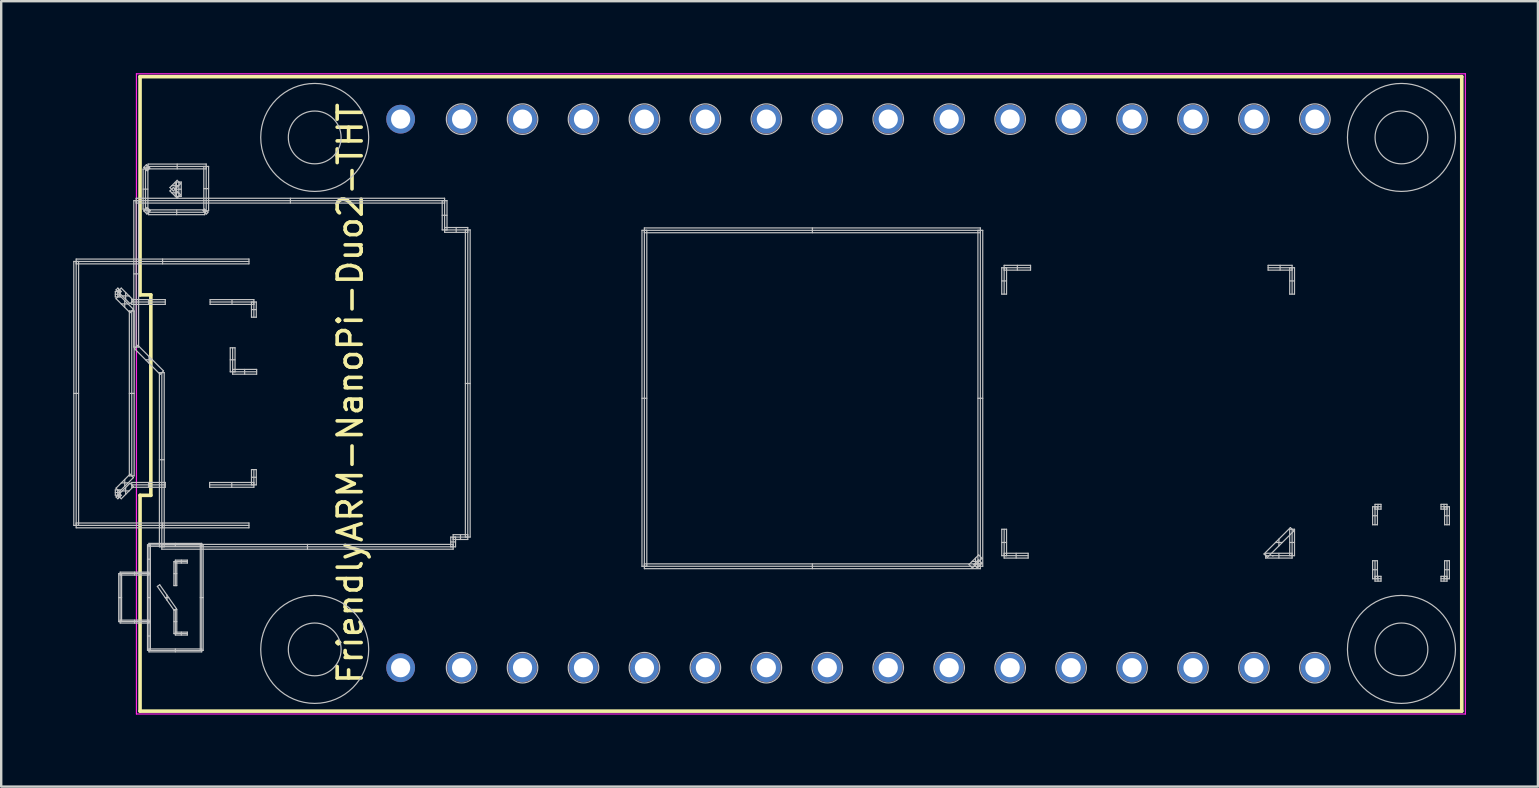
<source format=kicad_pcb>
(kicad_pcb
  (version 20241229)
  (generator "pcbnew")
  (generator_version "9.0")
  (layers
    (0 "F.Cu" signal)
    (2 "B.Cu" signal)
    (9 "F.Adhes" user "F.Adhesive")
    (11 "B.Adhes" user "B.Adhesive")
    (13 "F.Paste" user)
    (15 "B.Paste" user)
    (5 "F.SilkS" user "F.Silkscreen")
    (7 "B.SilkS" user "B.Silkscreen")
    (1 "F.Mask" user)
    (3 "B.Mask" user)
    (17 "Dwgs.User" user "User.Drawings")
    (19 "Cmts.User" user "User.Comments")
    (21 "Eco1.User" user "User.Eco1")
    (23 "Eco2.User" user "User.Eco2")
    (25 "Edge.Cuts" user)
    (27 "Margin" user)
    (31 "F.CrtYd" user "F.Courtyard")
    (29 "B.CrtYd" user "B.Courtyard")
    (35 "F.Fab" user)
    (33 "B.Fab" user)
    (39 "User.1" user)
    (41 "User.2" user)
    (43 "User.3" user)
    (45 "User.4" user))
  (footprint "FriendlyARM-NanoPi-Duo2-THT"
    (layer "F.Cu")
    (at 32.696 13.345)
    (property "Reference" "FriendlyARM-NanoPi-Duo2-THT" (at -21.15 0 90) (layer "F.SilkS") (effects (font (size 1 1) (thickness 0.15))))
    (attr through_hole)
    (fp_line (start -29.91 -13.2) (end -29.91 -4.107) (stroke (width 0.15) (type solid)) (layer "F.SilkS"))
    (fp_line (start -29.91 -4.107) (end -29.46 -4.107) (stroke (width 0.15) (type solid)) (layer "F.SilkS"))
    (fp_line (start -29.91 4.247) (end -29.91 13.24) (stroke (width 0.15) (type solid)) (layer "F.SilkS"))
    (fp_line (start -29.91 13.24) (end 25.17 13.24) (stroke (width 0.15) (type solid)) (layer "F.SilkS"))
    (fp_line (start -29.46 -4.107) (end -29.46 4.247) (stroke (width 0.15) (type solid)) (layer "F.SilkS"))
    (fp_line (start -29.46 4.247) (end -29.91 4.247) (stroke (width 0.15) (type solid)) (layer "F.SilkS"))
    (fp_line (start 25.17 -13.2) (end -29.91 -13.2) (stroke (width 0.15) (type solid)) (layer "F.SilkS"))
    (fp_line (start 25.17 13.24) (end 25.17 -13.2) (stroke (width 0.15) (type solid)) (layer "F.SilkS"))
    (fp_line (start -32.671 -5.5) (end -32.471 -5.5) (stroke (width 0.05) (type solid)) (layer "Dwgs.User"))
    (fp_line (start -32.671 5.5) (end -32.671 -5.5) (stroke (width 0.05) (type solid)) (layer "Dwgs.User"))
    (fp_line (start -32.571 -5.6) (end -25.371 -5.6) (stroke (width 0.05) (type solid)) (layer "Dwgs.User"))
    (fp_line (start -32.571 -5.5) (end -32.571 5.5) (stroke (width 0.05) (type solid)) (layer "Dwgs.User"))
    (fp_line (start -32.571 -5.4) (end -32.571 -5.6) (stroke (width 0.05) (type solid)) (layer "Dwgs.User"))
    (fp_line (start -32.571 5.4) (end -25.371 5.4) (stroke (width 0.05) (type solid)) (layer "Dwgs.User"))
    (fp_line (start -32.571 5.6) (end -32.571 5.4) (stroke (width 0.05) (type solid)) (layer "Dwgs.User"))
    (fp_line (start -32.471 -5.5) (end -32.471 5.5) (stroke (width 0.05) (type solid)) (layer "Dwgs.User"))
    (fp_line (start -32.471 0) (end -32.671 0) (stroke (width 0.05) (type solid)) (layer "Dwgs.User"))
    (fp_line (start -32.471 5.5) (end -32.671 5.5) (stroke (width 0.05) (type solid)) (layer "Dwgs.User"))
    (fp_line (start -30.94 -4.242) (end -30.74 -4.242) (stroke (width 0.05) (type solid)) (layer "Dwgs.User"))
    (fp_line (start -30.94 -4.02) (end -30.94 -4.242) (stroke (width 0.05) (type solid)) (layer "Dwgs.User"))
    (fp_line (start -30.94 4.02) (end -30.74 4.02) (stroke (width 0.05) (type solid)) (layer "Dwgs.User"))
    (fp_line (start -30.94 4.242) (end -30.94 4.02) (stroke (width 0.05) (type solid)) (layer "Dwgs.User"))
    (fp_line (start -30.911 -4.313) (end -30.835 -4.389) (stroke (width 0.05) (type solid)) (layer "Dwgs.User"))
    (fp_line (start -30.911 -3.949) (end -30.769 -4.091) (stroke (width 0.05) (type solid)) (layer "Dwgs.User"))
    (fp_line (start -30.911 3.949) (end -30.327 3.365) (stroke (width 0.05) (type solid)) (layer "Dwgs.User"))
    (fp_line (start -30.911 4.313) (end -30.769 4.171) (stroke (width 0.05) (type solid)) (layer "Dwgs.User"))
    (fp_line (start -30.84 -4.242) (end -30.84 -4.02) (stroke (width 0.05) (type solid)) (layer "Dwgs.User"))
    (fp_line (start -30.84 4.02) (end -30.84 4.242) (stroke (width 0.05) (type solid)) (layer "Dwgs.User"))
    (fp_line (start -30.835 -4.389) (end -30.693 -4.247) (stroke (width 0.05) (type solid)) (layer "Dwgs.User"))
    (fp_line (start -30.835 -4.247) (end -30.693 -4.389) (stroke (width 0.05) (type solid)) (layer "Dwgs.User"))
    (fp_line (start -30.835 4.247) (end -30.327 3.739) (stroke (width 0.05) (type solid)) (layer "Dwgs.User"))
    (fp_line (start -30.835 4.389) (end -30.911 4.313) (stroke (width 0.05) (type solid)) (layer "Dwgs.User"))
    (fp_line (start -30.802 -4.356) (end -30.802 -4.204) (stroke (width 0.05) (type solid)) (layer "Dwgs.User"))
    (fp_line (start -30.802 4.204) (end -30.802 4.356) (stroke (width 0.05) (type solid)) (layer "Dwgs.User"))
    (fp_line (start -30.799 7.509) (end -30.799 9.509) (stroke (width 0.05) (type solid)) (layer "Dwgs.User"))
    (fp_line (start -30.799 8.509) (end -30.679 8.509) (stroke (width 0.05) (type solid)) (layer "Dwgs.User"))
    (fp_line (start -30.799 9.509) (end -30.679 9.509) (stroke (width 0.05) (type solid)) (layer "Dwgs.User"))
    (fp_line (start -30.769 -4.171) (end -30.911 -4.313) (stroke (width 0.05) (type solid)) (layer "Dwgs.User"))
    (fp_line (start -30.769 -4.091) (end -30.185 -3.507) (stroke (width 0.05) (type solid)) (layer "Dwgs.User"))
    (fp_line (start -30.769 4.091) (end -30.911 3.949) (stroke (width 0.05) (type solid)) (layer "Dwgs.User"))
    (fp_line (start -30.769 4.171) (end -30.693 4.247) (stroke (width 0.05) (type solid)) (layer "Dwgs.User"))
    (fp_line (start -30.74 -4.242) (end -30.74 -4.02) (stroke (width 0.05) (type solid)) (layer "Dwgs.User"))
    (fp_line (start -30.74 -4.131) (end -30.94 -4.131) (stroke (width 0.05) (type solid)) (layer "Dwgs.User"))
    (fp_line (start -30.74 -4.02) (end -30.94 -4.02) (stroke (width 0.05) (type solid)) (layer "Dwgs.User"))
    (fp_line (start -30.74 4.02) (end -30.74 4.242) (stroke (width 0.05) (type solid)) (layer "Dwgs.User"))
    (fp_line (start -30.74 4.131) (end -30.94 4.131) (stroke (width 0.05) (type solid)) (layer "Dwgs.User"))
    (fp_line (start -30.74 4.242) (end -30.94 4.242) (stroke (width 0.05) (type solid)) (layer "Dwgs.User"))
    (fp_line (start -30.739 7.449) (end -30.739 7.569) (stroke (width 0.05) (type solid)) (layer "Dwgs.User"))
    (fp_line (start -30.739 7.509) (end -29.539 7.509) (stroke (width 0.05) (type solid)) (layer "Dwgs.User"))
    (fp_line (start -30.739 7.569) (end -29.539 7.569) (stroke (width 0.05) (type solid)) (layer "Dwgs.User"))
    (fp_line (start -30.739 9.449) (end -30.739 9.569) (stroke (width 0.05) (type solid)) (layer "Dwgs.User"))
    (fp_line (start -30.739 9.509) (end -30.739 7.509) (stroke (width 0.05) (type solid)) (layer "Dwgs.User"))
    (fp_line (start -30.739 9.509) (end -29.539 9.509) (stroke (width 0.05) (type solid)) (layer "Dwgs.User"))
    (fp_line (start -30.739 9.569) (end -29.539 9.569) (stroke (width 0.05) (type solid)) (layer "Dwgs.User"))
    (fp_line (start -30.726 -4.28) (end -30.878 -4.28) (stroke (width 0.05) (type solid)) (layer "Dwgs.User"))
    (fp_line (start -30.726 4.28) (end -30.878 4.28) (stroke (width 0.05) (type solid)) (layer "Dwgs.User"))
    (fp_line (start -30.693 -4.389) (end -30.185 -3.881) (stroke (width 0.05) (type solid)) (layer "Dwgs.User"))
    (fp_line (start -30.693 -4.247) (end -30.769 -4.171) (stroke (width 0.05) (type solid)) (layer "Dwgs.User"))
    (fp_line (start -30.693 4.247) (end -30.835 4.389) (stroke (width 0.05) (type solid)) (layer "Dwgs.User"))
    (fp_line (start -30.693 4.389) (end -30.835 4.247) (stroke (width 0.05) (type solid)) (layer "Dwgs.User"))
    (fp_line (start -30.679 7.509) (end -30.799 7.509) (stroke (width 0.05) (type solid)) (layer "Dwgs.User"))
    (fp_line (start -30.679 9.509) (end -30.679 7.509) (stroke (width 0.05) (type solid)) (layer "Dwgs.User"))
    (fp_line (start -30.548 -3.869) (end -30.548 -3.587) (stroke (width 0.05) (type solid)) (layer "Dwgs.User"))
    (fp_line (start -30.548 3.587) (end -30.548 3.869) (stroke (width 0.05) (type solid)) (layer "Dwgs.User"))
    (fp_line (start -30.51 -4.205) (end -30.51 -3.923) (stroke (width 0.05) (type solid)) (layer "Dwgs.User"))
    (fp_line (start -30.51 3.923) (end -30.51 4.205) (stroke (width 0.05) (type solid)) (layer "Dwgs.User"))
    (fp_line (start -30.406 -3.728) (end -30.689 -3.728) (stroke (width 0.05) (type solid)) (layer "Dwgs.User"))
    (fp_line (start -30.406 3.728) (end -30.689 3.728) (stroke (width 0.05) (type solid)) (layer "Dwgs.User"))
    (fp_line (start -30.368 -4.064) (end -30.651 -4.064) (stroke (width 0.05) (type solid)) (layer "Dwgs.User"))
    (fp_line (start -30.368 4.064) (end -30.651 4.064) (stroke (width 0.05) (type solid)) (layer "Dwgs.User"))
    (fp_line (start -30.356 -3.436) (end -30.156 -3.436) (stroke (width 0.05) (type solid)) (layer "Dwgs.User"))
    (fp_line (start -30.356 3.436) (end -30.356 -3.436) (stroke (width 0.05) (type solid)) (layer "Dwgs.User"))
    (fp_line (start -30.327 -3.739) (end -30.835 -4.247) (stroke (width 0.05) (type solid)) (layer "Dwgs.User"))
    (fp_line (start -30.327 -3.365) (end -30.911 -3.949) (stroke (width 0.05) (type solid)) (layer "Dwgs.User"))
    (fp_line (start -30.327 3.365) (end -30.185 3.507) (stroke (width 0.05) (type solid)) (layer "Dwgs.User"))
    (fp_line (start -30.327 3.739) (end -30.185 3.881) (stroke (width 0.05) (type solid)) (layer "Dwgs.User"))
    (fp_line (start -30.256 -3.91) (end -28.859 -3.91) (stroke (width 0.05) (type solid)) (layer "Dwgs.User"))
    (fp_line (start -30.256 -3.71) (end -30.256 -3.91) (stroke (width 0.05) (type solid)) (layer "Dwgs.User"))
    (fp_line (start -30.256 -3.436) (end -30.256 3.436) (stroke (width 0.05) (type solid)) (layer "Dwgs.User"))
    (fp_line (start -30.256 3.71) (end -28.859 3.71) (stroke (width 0.05) (type solid)) (layer "Dwgs.User"))
    (fp_line (start -30.256 3.91) (end -30.256 3.71) (stroke (width 0.05) (type solid)) (layer "Dwgs.User"))
    (fp_line (start -30.185 -3.881) (end -30.327 -3.739) (stroke (width 0.05) (type solid)) (layer "Dwgs.User"))
    (fp_line (start -30.185 -3.507) (end -30.327 -3.365) (stroke (width 0.05) (type solid)) (layer "Dwgs.User"))
    (fp_line (start -30.185 3.507) (end -30.769 4.091) (stroke (width 0.05) (type solid)) (layer "Dwgs.User"))
    (fp_line (start -30.185 3.881) (end -30.693 4.389) (stroke (width 0.05) (type solid)) (layer "Dwgs.User"))
    (fp_line (start -30.17 -8.033) (end -30.17 -1.933) (stroke (width 0.05) (type solid)) (layer "Dwgs.User"))
    (fp_line (start -30.17 -4.983) (end -29.97 -4.983) (stroke (width 0.05) (type solid)) (layer "Dwgs.User"))
    (fp_line (start -30.17 -1.933) (end -29.97 -1.933) (stroke (width 0.05) (type solid)) (layer "Dwgs.User"))
    (fp_line (start -30.156 -3.436) (end -30.156 3.436) (stroke (width 0.05) (type solid)) (layer "Dwgs.User"))
    (fp_line (start -30.156 0) (end -30.356 0) (stroke (width 0.05) (type solid)) (layer "Dwgs.User"))
    (fp_line (start -30.156 3.436) (end -30.356 3.436) (stroke (width 0.05) (type solid)) (layer "Dwgs.User"))
    (fp_line (start -30.141 -1.863) (end -29.074 -0.796) (stroke (width 0.05) (type solid)) (layer "Dwgs.User"))
    (fp_line (start -30.139 7.569) (end -30.139 7.449) (stroke (width 0.05) (type solid)) (layer "Dwgs.User"))
    (fp_line (start -30.139 9.569) (end -30.139 9.449) (stroke (width 0.05) (type solid)) (layer "Dwgs.User"))
    (fp_line (start -30.07 -8.133) (end -30.07 -7.933) (stroke (width 0.05) (type solid)) (layer "Dwgs.User"))
    (fp_line (start -30.07 -8.033) (end -30.07 -1.933) (stroke (width 0.05) (type solid)) (layer "Dwgs.User"))
    (fp_line (start -30.07 -8.033) (end -17.218 -8.033) (stroke (width 0.05) (type solid)) (layer "Dwgs.User"))
    (fp_line (start -30.07 -7.933) (end -17.218 -7.933) (stroke (width 0.05) (type solid)) (layer "Dwgs.User"))
    (fp_line (start -29.999 -2.004) (end -30.141 -1.863) (stroke (width 0.05) (type solid)) (layer "Dwgs.User"))
    (fp_line (start -29.97 -8.033) (end -30.17 -8.033) (stroke (width 0.05) (type solid)) (layer "Dwgs.User"))
    (fp_line (start -29.97 -1.933) (end -29.97 -8.033) (stroke (width 0.05) (type solid)) (layer "Dwgs.User"))
    (fp_line (start -29.783 -9.349) (end -29.783 -7.679) (stroke (width 0.05) (type solid)) (layer "Dwgs.User"))
    (fp_line (start -29.783 -7.679) (end -29.583 -7.679) (stroke (width 0.05) (type solid)) (layer "Dwgs.User"))
    (fp_line (start -29.754 -7.608) (end -29.624 -7.478) (stroke (width 0.05) (type solid)) (layer "Dwgs.User"))
    (fp_line (start -29.754 -9.42) (end -29.612 -9.278) (stroke (width 0.05) (type solid)) (layer "Dwgs.User"))
    (fp_line (start -29.683 -7.679) (end -29.683 -9.349) (stroke (width 0.05) (type solid)) (layer "Dwgs.User"))
    (fp_line (start -29.678 -1.4) (end -29.395 -1.4) (stroke (width 0.05) (type solid)) (layer "Dwgs.User"))
    (fp_line (start -29.644 -9.53) (end -29.754 -9.42) (stroke (width 0.05) (type solid)) (layer "Dwgs.User"))
    (fp_line (start -29.628 -9.294) (end -29.628 -9.514) (stroke (width 0.05) (type solid)) (layer "Dwgs.User"))
    (fp_line (start -29.624 -7.478) (end -29.482 -7.62) (stroke (width 0.05) (type solid)) (layer "Dwgs.User"))
    (fp_line (start -29.618 -7.484) (end -29.618 -7.744) (stroke (width 0.05) (type solid)) (layer "Dwgs.User"))
    (fp_line (start -29.612 -9.278) (end -29.502 -9.388) (stroke (width 0.05) (type solid)) (layer "Dwgs.User"))
    (fp_line (start -29.612 -7.75) (end -29.754 -7.608) (stroke (width 0.05) (type solid)) (layer "Dwgs.User"))
    (fp_line (start -29.599 6.309) (end -29.599 7.509) (stroke (width 0.05) (type solid)) (layer "Dwgs.User"))
    (fp_line (start -29.599 6.909) (end -29.479 6.909) (stroke (width 0.05) (type solid)) (layer "Dwgs.User"))
    (fp_line (start -29.599 7.509) (end -29.599 9.509) (stroke (width 0.05) (type solid)) (layer "Dwgs.User"))
    (fp_line (start -29.599 7.509) (end -29.479 7.509) (stroke (width 0.05) (type solid)) (layer "Dwgs.User"))
    (fp_line (start -29.599 8.509) (end -29.479 8.509) (stroke (width 0.05) (type solid)) (layer "Dwgs.User"))
    (fp_line (start -29.599 9.509) (end -29.599 10.709) (stroke (width 0.05) (type solid)) (layer "Dwgs.User"))
    (fp_line (start -29.599 9.509) (end -29.479 9.509) (stroke (width 0.05) (type solid)) (layer "Dwgs.User"))
    (fp_line (start -29.599 10.109) (end -29.479 10.109) (stroke (width 0.05) (type solid)) (layer "Dwgs.User"))
    (fp_line (start -29.599 10.709) (end -29.479 10.709) (stroke (width 0.05) (type solid)) (layer "Dwgs.User"))
    (fp_line (start -29.583 -9.349) (end -29.783 -9.349) (stroke (width 0.05) (type solid)) (layer "Dwgs.User"))
    (fp_line (start -29.583 -8.514) (end -29.783 -8.514) (stroke (width 0.05) (type solid)) (layer "Dwgs.User"))
    (fp_line (start -29.583 -7.679) (end -29.583 -9.349) (stroke (width 0.05) (type solid)) (layer "Dwgs.User"))
    (fp_line (start -29.573 -9.559) (end -29.573 -9.359) (stroke (width 0.05) (type solid)) (layer "Dwgs.User"))
    (fp_line (start -29.573 -9.359) (end -27.153 -9.359) (stroke (width 0.05) (type solid)) (layer "Dwgs.User"))
    (fp_line (start -29.557 -3.91) (end -29.557 -3.71) (stroke (width 0.05) (type solid)) (layer "Dwgs.User"))
    (fp_line (start -29.557 3.71) (end -29.557 3.91) (stroke (width 0.05) (type solid)) (layer "Dwgs.User"))
    (fp_line (start -29.553 -7.649) (end -29.553 -7.449) (stroke (width 0.05) (type solid)) (layer "Dwgs.User"))
    (fp_line (start -29.553 -7.449) (end -27.213 -7.449) (stroke (width 0.05) (type solid)) (layer "Dwgs.User"))
    (fp_line (start -29.539 6.249) (end -29.539 6.369) (stroke (width 0.05) (type solid)) (layer "Dwgs.User"))
    (fp_line (start -29.539 6.309) (end -27.339 6.309) (stroke (width 0.05) (type solid)) (layer "Dwgs.User"))
    (fp_line (start -29.539 6.369) (end -27.339 6.369) (stroke (width 0.05) (type solid)) (layer "Dwgs.User"))
    (fp_line (start -29.539 7.449) (end -30.739 7.449) (stroke (width 0.05) (type solid)) (layer "Dwgs.User"))
    (fp_line (start -29.539 7.509) (end -29.539 6.309) (stroke (width 0.05) (type solid)) (layer "Dwgs.User"))
    (fp_line (start -29.539 7.569) (end -29.539 7.449) (stroke (width 0.05) (type solid)) (layer "Dwgs.User"))
    (fp_line (start -29.539 9.449) (end -30.739 9.449) (stroke (width 0.05) (type solid)) (layer "Dwgs.User"))
    (fp_line (start -29.539 9.509) (end -29.539 7.509) (stroke (width 0.05) (type solid)) (layer "Dwgs.User"))
    (fp_line (start -29.539 9.569) (end -29.539 9.449) (stroke (width 0.05) (type solid)) (layer "Dwgs.User"))
    (fp_line (start -29.539 10.649) (end -29.539 10.769) (stroke (width 0.05) (type solid)) (layer "Dwgs.User"))
    (fp_line (start -29.539 10.709) (end -29.539 9.509) (stroke (width 0.05) (type solid)) (layer "Dwgs.User"))
    (fp_line (start -29.539 10.709) (end -27.339 10.709) (stroke (width 0.05) (type solid)) (layer "Dwgs.User"))
    (fp_line (start -29.539 10.769) (end -27.339 10.769) (stroke (width 0.05) (type solid)) (layer "Dwgs.User"))
    (fp_line (start -29.537 -1.541) (end -29.537 -1.258) (stroke (width 0.05) (type solid)) (layer "Dwgs.User"))
    (fp_line (start -29.518 -9.404) (end -29.738 -9.404) (stroke (width 0.05) (type solid)) (layer "Dwgs.User"))
    (fp_line (start -29.502 -9.388) (end -29.644 -9.53) (stroke (width 0.05) (type solid)) (layer "Dwgs.User"))
    (fp_line (start -29.488 -7.614) (end -29.748 -7.614) (stroke (width 0.05) (type solid)) (layer "Dwgs.User"))
    (fp_line (start -29.482 -7.62) (end -29.612 -7.75) (stroke (width 0.05) (type solid)) (layer "Dwgs.User"))
    (fp_line (start -29.479 6.309) (end -29.599 6.309) (stroke (width 0.05) (type solid)) (layer "Dwgs.User"))
    (fp_line (start -29.479 7.509) (end -29.599 7.509) (stroke (width 0.05) (type solid)) (layer "Dwgs.User"))
    (fp_line (start -29.479 7.509) (end -29.479 6.309) (stroke (width 0.05) (type solid)) (layer "Dwgs.User"))
    (fp_line (start -29.479 9.509) (end -29.599 9.509) (stroke (width 0.05) (type solid)) (layer "Dwgs.User"))
    (fp_line (start -29.479 9.509) (end -29.479 7.509) (stroke (width 0.05) (type solid)) (layer "Dwgs.User"))
    (fp_line (start -29.479 10.709) (end -29.479 9.509) (stroke (width 0.05) (type solid)) (layer "Dwgs.User"))
    (fp_line (start -29.188 8.043) (end -28.488 9.043) (stroke (width 0.05) (type solid)) (layer "Dwgs.User"))
    (fp_line (start -29.103 -0.866) (end -29.103 6.393) (stroke (width 0.05) (type solid)) (layer "Dwgs.User"))
    (fp_line (start -29.103 2.763) (end -28.903 2.763) (stroke (width 0.05) (type solid)) (layer "Dwgs.User"))
    (fp_line (start -29.103 6.393) (end -28.903 6.393) (stroke (width 0.05) (type solid)) (layer "Dwgs.User"))
    (fp_line (start -29.09 7.975) (end -29.188 8.043) (stroke (width 0.05) (type solid)) (layer "Dwgs.User"))
    (fp_line (start -29.074 -0.796) (end -28.933 -0.937) (stroke (width 0.05) (type solid)) (layer "Dwgs.User"))
    (fp_line (start -29.003 -0.866) (end -29.003 6.393) (stroke (width 0.05) (type solid)) (layer "Dwgs.User"))
    (fp_line (start -29.003 6.293) (end -29.003 6.493) (stroke (width 0.05) (type solid)) (layer "Dwgs.User"))
    (fp_line (start -29.003 6.393) (end -16.862 6.393) (stroke (width 0.05) (type solid)) (layer "Dwgs.User"))
    (fp_line (start -29.003 6.493) (end -16.862 6.493) (stroke (width 0.05) (type solid)) (layer "Dwgs.User"))
    (fp_line (start -28.971 -5.6) (end -28.971 -5.4) (stroke (width 0.05) (type solid)) (layer "Dwgs.User"))
    (fp_line (start -28.971 5.4) (end -28.971 5.6) (stroke (width 0.05) (type solid)) (layer "Dwgs.User"))
    (fp_line (start -28.933 -0.937) (end -29.999 -2.004) (stroke (width 0.05) (type solid)) (layer "Dwgs.User"))
    (fp_line (start -28.903 -0.866) (end -29.103 -0.866) (stroke (width 0.05) (type solid)) (layer "Dwgs.User"))
    (fp_line (start -28.903 6.393) (end -28.903 -0.866) (stroke (width 0.05) (type solid)) (layer "Dwgs.User"))
    (fp_line (start -28.859 -3.91) (end -28.859 -3.71) (stroke (width 0.05) (type solid)) (layer "Dwgs.User"))
    (fp_line (start -28.859 -3.81) (end -30.256 -3.81) (stroke (width 0.05) (type solid)) (layer "Dwgs.User"))
    (fp_line (start -28.859 -3.71) (end -30.256 -3.71) (stroke (width 0.05) (type solid)) (layer "Dwgs.User"))
    (fp_line (start -28.859 3.71) (end -28.859 3.91) (stroke (width 0.05) (type solid)) (layer "Dwgs.User"))
    (fp_line (start -28.859 3.81) (end -30.256 3.81) (stroke (width 0.05) (type solid)) (layer "Dwgs.User"))
    (fp_line (start -28.859 3.91) (end -30.256 3.91) (stroke (width 0.05) (type solid)) (layer "Dwgs.User"))
    (fp_line (start -28.789 8.614) (end -28.789 8.404) (stroke (width 0.05) (type solid)) (layer "Dwgs.User"))
    (fp_line (start -28.716 8.509) (end -28.862 8.509) (stroke (width 0.05) (type solid)) (layer "Dwgs.User"))
    (fp_line (start -28.664 -8.58) (end -28.364 -8.88) (stroke (width 0.05) (type solid)) (layer "Dwgs.User"))
    (fp_line (start -28.664 -8.438) (end -28.522 -8.58) (stroke (width 0.05) (type solid)) (layer "Dwgs.User"))
    (fp_line (start -28.522 -8.58) (end -28.222 -8.28) (stroke (width 0.05) (type solid)) (layer "Dwgs.User"))
    (fp_line (start -28.522 -8.438) (end -28.664 -8.58) (stroke (width 0.05) (type solid)) (layer "Dwgs.User"))
    (fp_line (start -28.499 7.009) (end -28.379 7.009) (stroke (width 0.05) (type solid)) (layer "Dwgs.User"))
    (fp_line (start -28.499 8.009) (end -28.499 7.009) (stroke (width 0.05) (type solid)) (layer "Dwgs.User"))
    (fp_line (start -28.499 9.009) (end -28.499 10.009) (stroke (width 0.05) (type solid)) (layer "Dwgs.User"))
    (fp_line (start -28.499 10.009) (end -28.379 10.009) (stroke (width 0.05) (type solid)) (layer "Dwgs.User"))
    (fp_line (start -28.488 9.043) (end -28.39 8.975) (stroke (width 0.05) (type solid)) (layer "Dwgs.User"))
    (fp_line (start -28.443 -8.518) (end -28.443 -8.8) (stroke (width 0.05) (type solid)) (layer "Dwgs.User"))
    (fp_line (start -28.443 -8.218) (end -28.443 -8.5) (stroke (width 0.05) (type solid)) (layer "Dwgs.User"))
    (fp_line (start -28.439 6.369) (end -28.439 6.249) (stroke (width 0.05) (type solid)) (layer "Dwgs.User"))
    (fp_line (start -28.439 10.769) (end -28.439 10.649) (stroke (width 0.05) (type solid)) (layer "Dwgs.User"))
    (fp_line (start -28.439 6.949) (end -27.939 6.949) (stroke (width 0.05) (type solid)) (layer "Dwgs.User"))
    (fp_line (start -28.439 7.009) (end -28.439 8.009) (stroke (width 0.05) (type solid)) (layer "Dwgs.User"))
    (fp_line (start -28.439 7.069) (end -28.439 6.949) (stroke (width 0.05) (type solid)) (layer "Dwgs.User"))
    (fp_line (start -28.439 9.949) (end -28.439 10.069) (stroke (width 0.05) (type solid)) (layer "Dwgs.User"))
    (fp_line (start -28.439 10.009) (end -28.439 9.009) (stroke (width 0.05) (type solid)) (layer "Dwgs.User"))
    (fp_line (start -28.439 10.069) (end -27.939 10.069) (stroke (width 0.05) (type solid)) (layer "Dwgs.User"))
    (fp_line (start -28.393 -8.809) (end -28.193 -8.809) (stroke (width 0.05) (type solid)) (layer "Dwgs.User"))
    (fp_line (start -28.393 -8.209) (end -28.393 -8.809) (stroke (width 0.05) (type solid)) (layer "Dwgs.User"))
    (fp_line (start -28.39 8.975) (end -29.09 7.975) (stroke (width 0.05) (type solid)) (layer "Dwgs.User"))
    (fp_line (start -28.383 -7.449) (end -28.383 -7.649) (stroke (width 0.05) (type solid)) (layer "Dwgs.User"))
    (fp_line (start -28.379 7.009) (end -28.379 8.009) (stroke (width 0.05) (type solid)) (layer "Dwgs.User"))
    (fp_line (start -28.379 7.509) (end -28.499 7.509) (stroke (width 0.05) (type solid)) (layer "Dwgs.User"))
    (fp_line (start -28.379 8.009) (end -28.499 8.009) (stroke (width 0.05) (type solid)) (layer "Dwgs.User"))
    (fp_line (start -28.379 9.009) (end -28.499 9.009) (stroke (width 0.05) (type solid)) (layer "Dwgs.User"))
    (fp_line (start -28.379 9.509) (end -28.499 9.509) (stroke (width 0.05) (type solid)) (layer "Dwgs.User"))
    (fp_line (start -28.379 10.009) (end -28.379 9.009) (stroke (width 0.05) (type solid)) (layer "Dwgs.User"))
    (fp_line (start -28.364 -8.88) (end -28.222 -8.738) (stroke (width 0.05) (type solid)) (layer "Dwgs.User"))
    (fp_line (start -28.364 -8.138) (end -28.664 -8.438) (stroke (width 0.05) (type solid)) (layer "Dwgs.User"))
    (fp_line (start -28.363 -9.359) (end -28.363 -9.559) (stroke (width 0.05) (type solid)) (layer "Dwgs.User"))
    (fp_line (start -28.302 -8.659) (end -28.584 -8.659) (stroke (width 0.05) (type solid)) (layer "Dwgs.User"))
    (fp_line (start -28.302 -8.359) (end -28.584 -8.359) (stroke (width 0.05) (type solid)) (layer "Dwgs.User"))
    (fp_line (start -28.293 -8.209) (end -28.293 -8.809) (stroke (width 0.05) (type solid)) (layer "Dwgs.User"))
    (fp_line (start -28.222 -8.738) (end -28.522 -8.438) (stroke (width 0.05) (type solid)) (layer "Dwgs.User"))
    (fp_line (start -28.222 -8.28) (end -28.364 -8.138) (stroke (width 0.05) (type solid)) (layer "Dwgs.User"))
    (fp_line (start -28.193 -8.809) (end -28.193 -8.209) (stroke (width 0.05) (type solid)) (layer "Dwgs.User"))
    (fp_line (start -28.193 -8.509) (end -28.393 -8.509) (stroke (width 0.05) (type solid)) (layer "Dwgs.User"))
    (fp_line (start -28.193 -8.209) (end -28.393 -8.209) (stroke (width 0.05) (type solid)) (layer "Dwgs.User"))
    (fp_line (start -28.189 6.949) (end -28.189 7.069) (stroke (width 0.05) (type solid)) (layer "Dwgs.User"))
    (fp_line (start -28.189 10.069) (end -28.189 9.949) (stroke (width 0.05) (type solid)) (layer "Dwgs.User"))
    (fp_line (start -27.939 6.949) (end -27.939 7.069) (stroke (width 0.05) (type solid)) (layer "Dwgs.User"))
    (fp_line (start -27.939 7.009) (end -28.439 7.009) (stroke (width 0.05) (type solid)) (layer "Dwgs.User"))
    (fp_line (start -27.939 7.069) (end -28.439 7.069) (stroke (width 0.05) (type solid)) (layer "Dwgs.User"))
    (fp_line (start -27.939 9.949) (end -28.439 9.949) (stroke (width 0.05) (type solid)) (layer "Dwgs.User"))
    (fp_line (start -27.939 10.009) (end -28.439 10.009) (stroke (width 0.05) (type solid)) (layer "Dwgs.User"))
    (fp_line (start -27.939 10.069) (end -27.939 9.949) (stroke (width 0.05) (type solid)) (layer "Dwgs.User"))
    (fp_line (start -27.399 6.309) (end -27.399 10.709) (stroke (width 0.05) (type solid)) (layer "Dwgs.User"))
    (fp_line (start -27.399 8.509) (end -27.279 8.509) (stroke (width 0.05) (type solid)) (layer "Dwgs.User"))
    (fp_line (start -27.399 10.709) (end -27.279 10.709) (stroke (width 0.05) (type solid)) (layer "Dwgs.User"))
    (fp_line (start -27.339 6.249) (end -29.539 6.249) (stroke (width 0.05) (type solid)) (layer "Dwgs.User"))
    (fp_line (start -27.339 6.369) (end -27.339 6.249) (stroke (width 0.05) (type solid)) (layer "Dwgs.User"))
    (fp_line (start -27.339 10.649) (end -29.539 10.649) (stroke (width 0.05) (type solid)) (layer "Dwgs.User"))
    (fp_line (start -27.339 10.709) (end -27.339 6.309) (stroke (width 0.05) (type solid)) (layer "Dwgs.User"))
    (fp_line (start -27.339 10.769) (end -27.339 10.649) (stroke (width 0.05) (type solid)) (layer "Dwgs.User"))
    (fp_line (start -27.284 -7.62) (end -27.142 -7.478) (stroke (width 0.05) (type solid)) (layer "Dwgs.User"))
    (fp_line (start -27.279 6.309) (end -27.399 6.309) (stroke (width 0.05) (type solid)) (layer "Dwgs.User"))
    (fp_line (start -27.279 10.709) (end -27.279 6.309) (stroke (width 0.05) (type solid)) (layer "Dwgs.User"))
    (fp_line (start -27.253 -9.459) (end -27.253 -7.609) (stroke (width 0.05) (type solid)) (layer "Dwgs.User"))
    (fp_line (start -27.253 -7.609) (end -27.053 -7.609) (stroke (width 0.05) (type solid)) (layer "Dwgs.User"))
    (fp_line (start -27.224 -7.68) (end -27.284 -7.62) (stroke (width 0.05) (type solid)) (layer "Dwgs.User"))
    (fp_line (start -27.213 -7.649) (end -29.553 -7.649) (stroke (width 0.05) (type solid)) (layer "Dwgs.User"))
    (fp_line (start -27.213 -7.549) (end -29.553 -7.549) (stroke (width 0.05) (type solid)) (layer "Dwgs.User"))
    (fp_line (start -27.213 -7.449) (end -27.213 -7.649) (stroke (width 0.05) (type solid)) (layer "Dwgs.User"))
    (fp_line (start -27.183 -7.519) (end -27.183 -7.639) (stroke (width 0.05) (type solid)) (layer "Dwgs.User"))
    (fp_line (start -27.153 -9.559) (end -29.573 -9.559) (stroke (width 0.05) (type solid)) (layer "Dwgs.User"))
    (fp_line (start -27.153 -9.459) (end -29.573 -9.459) (stroke (width 0.05) (type solid)) (layer "Dwgs.User"))
    (fp_line (start -27.153 -9.359) (end -27.153 -9.559) (stroke (width 0.05) (type solid)) (layer "Dwgs.User"))
    (fp_line (start -27.153 -7.609) (end -27.153 -9.459) (stroke (width 0.05) (type solid)) (layer "Dwgs.User"))
    (fp_line (start -27.142 -7.478) (end -27.082 -7.538) (stroke (width 0.05) (type solid)) (layer "Dwgs.User"))
    (fp_line (start -27.123 -7.579) (end -27.243 -7.579) (stroke (width 0.05) (type solid)) (layer "Dwgs.User"))
    (fp_line (start -27.082 -7.538) (end -27.224 -7.68) (stroke (width 0.05) (type solid)) (layer "Dwgs.User"))
    (fp_line (start -27.053 -9.459) (end -27.253 -9.459) (stroke (width 0.05) (type solid)) (layer "Dwgs.User"))
    (fp_line (start -27.053 -8.534) (end -27.253 -8.534) (stroke (width 0.05) (type solid)) (layer "Dwgs.User"))
    (fp_line (start -27.053 -7.609) (end -27.053 -9.459) (stroke (width 0.05) (type solid)) (layer "Dwgs.User"))
    (fp_line (start -27.01 3.71) (end -27.01 3.91) (stroke (width 0.05) (type solid)) (layer "Dwgs.User"))
    (fp_line (start -27.01 3.91) (end -25.166 3.91) (stroke (width 0.05) (type solid)) (layer "Dwgs.User"))
    (fp_line (start -26.99 -3.91) (end -25.166 -3.91) (stroke (width 0.05) (type solid)) (layer "Dwgs.User"))
    (fp_line (start -26.99 -3.71) (end -26.99 -3.91) (stroke (width 0.05) (type solid)) (layer "Dwgs.User"))
    (fp_line (start -26.151 -1.9) (end -25.951 -1.9) (stroke (width 0.05) (type solid)) (layer "Dwgs.User"))
    (fp_line (start -26.151 -1.4) (end -25.951 -1.4) (stroke (width 0.05) (type solid)) (layer "Dwgs.User"))
    (fp_line (start -26.151 -0.9) (end -26.151 -1.9) (stroke (width 0.05) (type solid)) (layer "Dwgs.User"))
    (fp_line (start -26.088 3.71) (end -26.088 3.91) (stroke (width 0.05) (type solid)) (layer "Dwgs.User"))
    (fp_line (start -26.078 -3.71) (end -26.078 -3.91) (stroke (width 0.05) (type solid)) (layer "Dwgs.User"))
    (fp_line (start -26.051 -1.9) (end -26.051 -0.9) (stroke (width 0.05) (type solid)) (layer "Dwgs.User"))
    (fp_line (start -26.051 -1) (end -25.051 -1) (stroke (width 0.05) (type solid)) (layer "Dwgs.User"))
    (fp_line (start -26.051 -0.9) (end -25.051 -0.9) (stroke (width 0.05) (type solid)) (layer "Dwgs.User"))
    (fp_line (start -26.051 -0.8) (end -26.051 -1) (stroke (width 0.05) (type solid)) (layer "Dwgs.User"))
    (fp_line (start -25.951 -1.9) (end -25.951 -0.9) (stroke (width 0.05) (type solid)) (layer "Dwgs.User"))
    (fp_line (start -25.951 -0.9) (end -26.151 -0.9) (stroke (width 0.05) (type solid)) (layer "Dwgs.User"))
    (fp_line (start -25.551 -1) (end -25.551 -0.8) (stroke (width 0.05) (type solid)) (layer "Dwgs.User"))
    (fp_line (start -25.371 -5.6) (end -25.371 -5.4) (stroke (width 0.05) (type solid)) (layer "Dwgs.User"))
    (fp_line (start -25.371 -5.5) (end -32.571 -5.5) (stroke (width 0.05) (type solid)) (layer "Dwgs.User"))
    (fp_line (start -25.371 -5.4) (end -32.571 -5.4) (stroke (width 0.05) (type solid)) (layer "Dwgs.User"))
    (fp_line (start -25.371 5.4) (end -25.371 5.6) (stroke (width 0.05) (type solid)) (layer "Dwgs.User"))
    (fp_line (start -25.371 5.5) (end -32.571 5.5) (stroke (width 0.05) (type solid)) (layer "Dwgs.User"))
    (fp_line (start -25.371 5.6) (end -32.571 5.6) (stroke (width 0.05) (type solid)) (layer "Dwgs.User"))
    (fp_line (start -25.266 -3.81) (end -25.066 -3.81) (stroke (width 0.05) (type solid)) (layer "Dwgs.User"))
    (fp_line (start -25.266 -3.175) (end -25.266 -3.81) (stroke (width 0.05) (type solid)) (layer "Dwgs.User"))
    (fp_line (start -25.266 3.175) (end -25.266 3.81) (stroke (width 0.05) (type solid)) (layer "Dwgs.User"))
    (fp_line (start -25.266 3.81) (end -25.066 3.81) (stroke (width 0.05) (type solid)) (layer "Dwgs.User"))
    (fp_line (start -25.166 -3.91) (end -25.166 -3.71) (stroke (width 0.05) (type solid)) (layer "Dwgs.User"))
    (fp_line (start -25.166 -3.81) (end -26.99 -3.81) (stroke (width 0.05) (type solid)) (layer "Dwgs.User"))
    (fp_line (start -25.166 -3.71) (end -26.99 -3.71) (stroke (width 0.05) (type solid)) (layer "Dwgs.User"))
    (fp_line (start -25.166 -3.175) (end -25.166 -3.81) (stroke (width 0.05) (type solid)) (layer "Dwgs.User"))
    (fp_line (start -25.166 3.175) (end -25.166 3.81) (stroke (width 0.05) (type solid)) (layer "Dwgs.User"))
    (fp_line (start -25.166 3.71) (end -27.01 3.71) (stroke (width 0.05) (type solid)) (layer "Dwgs.User"))
    (fp_line (start -25.166 3.81) (end -27.01 3.81) (stroke (width 0.05) (type solid)) (layer "Dwgs.User"))
    (fp_line (start -25.166 3.91) (end -25.166 3.71) (stroke (width 0.05) (type solid)) (layer "Dwgs.User"))
    (fp_line (start -25.066 -3.81) (end -25.066 -3.175) (stroke (width 0.05) (type solid)) (layer "Dwgs.User"))
    (fp_line (start -25.066 -3.493) (end -25.266 -3.493) (stroke (width 0.05) (type solid)) (layer "Dwgs.User"))
    (fp_line (start -25.066 -3.175) (end -25.266 -3.175) (stroke (width 0.05) (type solid)) (layer "Dwgs.User"))
    (fp_line (start -25.066 3.175) (end -25.266 3.175) (stroke (width 0.05) (type solid)) (layer "Dwgs.User"))
    (fp_line (start -25.066 3.493) (end -25.266 3.493) (stroke (width 0.05) (type solid)) (layer "Dwgs.User"))
    (fp_line (start -25.066 3.81) (end -25.066 3.175) (stroke (width 0.05) (type solid)) (layer "Dwgs.User"))
    (fp_line (start -25.051 -1) (end -25.051 -0.8) (stroke (width 0.05) (type solid)) (layer "Dwgs.User"))
    (fp_line (start -25.051 -0.8) (end -26.051 -0.8) (stroke (width 0.05) (type solid)) (layer "Dwgs.User"))
    (fp_line (start -23.644 -8.133) (end -23.644 -7.933) (stroke (width 0.05) (type solid)) (layer "Dwgs.User"))
    (fp_line (start -22.933 6.293) (end -22.933 6.493) (stroke (width 0.05) (type solid)) (layer "Dwgs.User"))
    (fp_line (start -17.318 -8.033) (end -17.318 -6.814) (stroke (width 0.05) (type solid)) (layer "Dwgs.User"))
    (fp_line (start -17.318 -7.423) (end -17.118 -7.423) (stroke (width 0.05) (type solid)) (layer "Dwgs.User"))
    (fp_line (start -17.318 -6.814) (end -17.118 -6.814) (stroke (width 0.05) (type solid)) (layer "Dwgs.User"))
    (fp_line (start -17.218 -8.133) (end -30.07 -8.133) (stroke (width 0.05) (type solid)) (layer "Dwgs.User"))
    (fp_line (start -17.218 -8.033) (end -17.218 -6.814) (stroke (width 0.05) (type solid)) (layer "Dwgs.User"))
    (fp_line (start -17.218 -7.933) (end -17.218 -8.133) (stroke (width 0.05) (type solid)) (layer "Dwgs.User"))
    (fp_line (start -17.218 -6.914) (end -17.218 -6.714) (stroke (width 0.05) (type solid)) (layer "Dwgs.User"))
    (fp_line (start -17.218 -6.814) (end -16.253 -6.814) (stroke (width 0.05) (type solid)) (layer "Dwgs.User"))
    (fp_line (start -17.218 -6.714) (end -16.253 -6.714) (stroke (width 0.05) (type solid)) (layer "Dwgs.User"))
    (fp_line (start -17.118 -8.033) (end -17.318 -8.033) (stroke (width 0.05) (type solid)) (layer "Dwgs.User"))
    (fp_line (start -17.118 -6.814) (end -17.118 -8.033) (stroke (width 0.05) (type solid)) (layer "Dwgs.User"))
    (fp_line (start -16.962 5.986) (end -16.962 6.393) (stroke (width 0.05) (type solid)) (layer "Dwgs.User"))
    (fp_line (start -16.962 6.19) (end -16.762 6.19) (stroke (width 0.05) (type solid)) (layer "Dwgs.User"))
    (fp_line (start -16.962 6.393) (end -16.762 6.393) (stroke (width 0.05) (type solid)) (layer "Dwgs.User"))
    (fp_line (start -16.862 5.886) (end -16.862 6.086) (stroke (width 0.05) (type solid)) (layer "Dwgs.User"))
    (fp_line (start -16.862 5.986) (end -16.862 6.393) (stroke (width 0.05) (type solid)) (layer "Dwgs.User"))
    (fp_line (start -16.862 5.986) (end -16.253 5.986) (stroke (width 0.05) (type solid)) (layer "Dwgs.User"))
    (fp_line (start -16.862 6.086) (end -16.253 6.086) (stroke (width 0.05) (type solid)) (layer "Dwgs.User"))
    (fp_line (start -16.862 6.293) (end -29.003 6.293) (stroke (width 0.05) (type solid)) (layer "Dwgs.User"))
    (fp_line (start -16.862 6.493) (end -16.862 6.293) (stroke (width 0.05) (type solid)) (layer "Dwgs.User"))
    (fp_line (start -16.762 5.986) (end -16.962 5.986) (stroke (width 0.05) (type solid)) (layer "Dwgs.User"))
    (fp_line (start -16.762 6.393) (end -16.762 5.986) (stroke (width 0.05) (type solid)) (layer "Dwgs.User"))
    (fp_line (start -16.735 -6.914) (end -16.735 -6.714) (stroke (width 0.05) (type solid)) (layer "Dwgs.User"))
    (fp_line (start -16.557 5.886) (end -16.557 6.086) (stroke (width 0.05) (type solid)) (layer "Dwgs.User"))
    (fp_line (start -16.353 -6.814) (end -16.353 5.986) (stroke (width 0.05) (type solid)) (layer "Dwgs.User"))
    (fp_line (start -16.353 -0.414) (end -16.153 -0.414) (stroke (width 0.05) (type solid)) (layer "Dwgs.User"))
    (fp_line (start -16.353 5.986) (end -16.153 5.986) (stroke (width 0.05) (type solid)) (layer "Dwgs.User"))
    (fp_line (start -16.253 -6.914) (end -17.218 -6.914) (stroke (width 0.05) (type solid)) (layer "Dwgs.User"))
    (fp_line (start -16.253 -6.814) (end -16.253 5.986) (stroke (width 0.05) (type solid)) (layer "Dwgs.User"))
    (fp_line (start -16.253 -6.714) (end -16.253 -6.914) (stroke (width 0.05) (type solid)) (layer "Dwgs.User"))
    (fp_line (start -16.253 5.886) (end -16.862 5.886) (stroke (width 0.05) (type solid)) (layer "Dwgs.User"))
    (fp_line (start -16.253 6.086) (end -16.253 5.886) (stroke (width 0.05) (type solid)) (layer "Dwgs.User"))
    (fp_line (start -16.153 -6.814) (end -16.353 -6.814) (stroke (width 0.05) (type solid)) (layer "Dwgs.User"))
    (fp_line (start -16.153 5.986) (end -16.153 -6.814) (stroke (width 0.05) (type solid)) (layer "Dwgs.User"))
    (fp_line (start -8.993 -6.797) (end -8.792 -6.797) (stroke (width 0.05) (type solid)) (layer "Dwgs.User"))
    (fp_line (start -8.993 7.203) (end -8.993 -6.797) (stroke (width 0.05) (type solid)) (layer "Dwgs.User"))
    (fp_line (start -8.893 -6.897) (end 5.108 -6.897) (stroke (width 0.05) (type solid)) (layer "Dwgs.User"))
    (fp_line (start -8.893 -6.797) (end -8.893 7.203) (stroke (width 0.05) (type solid)) (layer "Dwgs.User"))
    (fp_line (start -8.893 -6.697) (end -8.893 -6.897) (stroke (width 0.05) (type solid)) (layer "Dwgs.User"))
    (fp_line (start -8.893 7.103) (end 5.108 7.103) (stroke (width 0.05) (type solid)) (layer "Dwgs.User"))
    (fp_line (start -8.893 7.304) (end -8.893 7.103) (stroke (width 0.05) (type solid)) (layer "Dwgs.User"))
    (fp_line (start -8.792 -6.797) (end -8.792 7.203) (stroke (width 0.05) (type solid)) (layer "Dwgs.User"))
    (fp_line (start -8.792 0.203) (end -8.993 0.203) (stroke (width 0.05) (type solid)) (layer "Dwgs.User"))
    (fp_line (start -8.792 7.203) (end -8.993 7.203) (stroke (width 0.05) (type solid)) (layer "Dwgs.User"))
    (fp_line (start -1.892 -6.897) (end -1.892 -6.697) (stroke (width 0.05) (type solid)) (layer "Dwgs.User"))
    (fp_line (start -1.892 7.103) (end -1.892 7.304) (stroke (width 0.05) (type solid)) (layer "Dwgs.User"))
    (fp_line (start 4.636 7.132) (end 5.037 6.731) (stroke (width 0.05) (type solid)) (layer "Dwgs.User"))
    (fp_line (start 4.765 7.003) (end 5.049 7.003) (stroke (width 0.05) (type solid)) (layer "Dwgs.User"))
    (fp_line (start 4.777 7.274) (end 4.636 7.132) (stroke (width 0.05) (type solid)) (layer "Dwgs.User"))
    (fp_line (start 4.836 7.132) (end 5.037 6.932) (stroke (width 0.05) (type solid)) (layer "Dwgs.User"))
    (fp_line (start 4.866 7.103) (end 5.149 7.103) (stroke (width 0.05) (type solid)) (layer "Dwgs.User"))
    (fp_line (start 4.907 7.145) (end 4.907 6.861) (stroke (width 0.05) (type solid)) (layer "Dwgs.User"))
    (fp_line (start 4.978 7.274) (end 4.836 7.132) (stroke (width 0.05) (type solid)) (layer "Dwgs.User"))
    (fp_line (start 5.007 -6.797) (end 5.208 -6.797) (stroke (width 0.05) (type solid)) (layer "Dwgs.User"))
    (fp_line (start 5.007 7.203) (end 5.007 -6.797) (stroke (width 0.05) (type solid)) (layer "Dwgs.User"))
    (fp_line (start 5.007 7.245) (end 5.007 6.961) (stroke (width 0.05) (type solid)) (layer "Dwgs.User"))
    (fp_line (start 5.037 6.932) (end 5.179 7.074) (stroke (width 0.05) (type solid)) (layer "Dwgs.User"))
    (fp_line (start 5.037 6.731) (end 5.179 6.873) (stroke (width 0.05) (type solid)) (layer "Dwgs.User"))
    (fp_line (start 5.108 -6.897) (end 5.108 -6.697) (stroke (width 0.05) (type solid)) (layer "Dwgs.User"))
    (fp_line (start 5.108 -6.797) (end -8.893 -6.797) (stroke (width 0.05) (type solid)) (layer "Dwgs.User"))
    (fp_line (start 5.108 -6.797) (end 5.108 7.203) (stroke (width 0.05) (type solid)) (layer "Dwgs.User"))
    (fp_line (start 5.108 -6.697) (end -8.893 -6.697) (stroke (width 0.05) (type solid)) (layer "Dwgs.User"))
    (fp_line (start 5.108 7.103) (end 5.108 7.304) (stroke (width 0.05) (type solid)) (layer "Dwgs.User"))
    (fp_line (start 5.108 7.203) (end -8.893 7.203) (stroke (width 0.05) (type solid)) (layer "Dwgs.User"))
    (fp_line (start 5.108 7.304) (end -8.893 7.304) (stroke (width 0.05) (type solid)) (layer "Dwgs.User"))
    (fp_line (start 5.179 7.074) (end 4.978 7.274) (stroke (width 0.05) (type solid)) (layer "Dwgs.User"))
    (fp_line (start 5.179 6.873) (end 4.777 7.274) (stroke (width 0.05) (type solid)) (layer "Dwgs.User"))
    (fp_line (start 5.208 -6.797) (end 5.208 7.203) (stroke (width 0.05) (type solid)) (layer "Dwgs.User"))
    (fp_line (start 5.208 0.203) (end 5.007 0.203) (stroke (width 0.05) (type solid)) (layer "Dwgs.User"))
    (fp_line (start 5.208 7.203) (end 5.007 7.203) (stroke (width 0.05) (type solid)) (layer "Dwgs.User"))
    (fp_line (start 6 -5.238) (end 6 -4.138) (stroke (width 0.05) (type solid)) (layer "Dwgs.User"))
    (fp_line (start 6 -4.688) (end 6.2 -4.688) (stroke (width 0.05) (type solid)) (layer "Dwgs.User"))
    (fp_line (start 6 -4.138) (end 6.2 -4.138) (stroke (width 0.05) (type solid)) (layer "Dwgs.User"))
    (fp_line (start 6 5.662) (end 6 6.762) (stroke (width 0.05) (type solid)) (layer "Dwgs.User"))
    (fp_line (start 6 6.762) (end 6.2 6.762) (stroke (width 0.05) (type solid)) (layer "Dwgs.User"))
    (fp_line (start 6.1 -5.338) (end 6.1 -5.138) (stroke (width 0.05) (type solid)) (layer "Dwgs.User"))
    (fp_line (start 6.1 -5.238) (end 7.2 -5.238) (stroke (width 0.05) (type solid)) (layer "Dwgs.User"))
    (fp_line (start 6.1 -5.138) (end 7.2 -5.138) (stroke (width 0.05) (type solid)) (layer "Dwgs.User"))
    (fp_line (start 6.1 -4.138) (end 6.1 -5.238) (stroke (width 0.05) (type solid)) (layer "Dwgs.User"))
    (fp_line (start 6.1 6.662) (end 6.1 6.862) (stroke (width 0.05) (type solid)) (layer "Dwgs.User"))
    (fp_line (start 6.1 6.762) (end 6.1 5.662) (stroke (width 0.05) (type solid)) (layer "Dwgs.User"))
    (fp_line (start 6.1 6.862) (end 7.1 6.862) (stroke (width 0.05) (type solid)) (layer "Dwgs.User"))
    (fp_line (start 6.2 -5.238) (end 6 -5.238) (stroke (width 0.05) (type solid)) (layer "Dwgs.User"))
    (fp_line (start 6.2 -4.138) (end 6.2 -5.238) (stroke (width 0.05) (type solid)) (layer "Dwgs.User"))
    (fp_line (start 6.2 5.662) (end 6 5.662) (stroke (width 0.05) (type solid)) (layer "Dwgs.User"))
    (fp_line (start 6.2 6.212) (end 6 6.212) (stroke (width 0.05) (type solid)) (layer "Dwgs.User"))
    (fp_line (start 6.2 6.762) (end 6.2 5.662) (stroke (width 0.05) (type solid)) (layer "Dwgs.User"))
    (fp_line (start 6.6 6.862) (end 6.6 6.662) (stroke (width 0.05) (type solid)) (layer "Dwgs.User"))
    (fp_line (start 6.65 -5.138) (end 6.65 -5.338) (stroke (width 0.05) (type solid)) (layer "Dwgs.User"))
    (fp_line (start 7.1 6.662) (end 6.1 6.662) (stroke (width 0.05) (type solid)) (layer "Dwgs.User"))
    (fp_line (start 7.1 6.762) (end 6.1 6.762) (stroke (width 0.05) (type solid)) (layer "Dwgs.User"))
    (fp_line (start 7.1 6.862) (end 7.1 6.662) (stroke (width 0.05) (type solid)) (layer "Dwgs.User"))
    (fp_line (start 7.2 -5.338) (end 6.1 -5.338) (stroke (width 0.05) (type solid)) (layer "Dwgs.User"))
    (fp_line (start 7.2 -5.138) (end 7.2 -5.338) (stroke (width 0.05) (type solid)) (layer "Dwgs.User"))
    (fp_line (start 16.929 6.691) (end 18.029 5.591) (stroke (width 0.05) (type solid)) (layer "Dwgs.User"))
    (fp_line (start 17 6.662) (end 18.1 6.662) (stroke (width 0.05) (type solid)) (layer "Dwgs.User"))
    (fp_line (start 17 6.762) (end 18.1 6.762) (stroke (width 0.05) (type solid)) (layer "Dwgs.User"))
    (fp_line (start 17 6.862) (end 17 6.662) (stroke (width 0.05) (type solid)) (layer "Dwgs.User"))
    (fp_line (start 17.071 6.833) (end 16.929 6.691) (stroke (width 0.05) (type solid)) (layer "Dwgs.User"))
    (fp_line (start 17.1 -5.338) (end 17.1 -5.138) (stroke (width 0.05) (type solid)) (layer "Dwgs.User"))
    (fp_line (start 17.1 -5.238) (end 18.1 -5.238) (stroke (width 0.05) (type solid)) (layer "Dwgs.User"))
    (fp_line (start 17.1 -5.138) (end 18.1 -5.138) (stroke (width 0.05) (type solid)) (layer "Dwgs.User"))
    (fp_line (start 17.3 6.762) (end 17.3 6.762) (stroke (width 0.05) (type solid)) (layer "Dwgs.User"))
    (fp_line (start 17.3 6.762) (end 17.3 6.762) (stroke (width 0.05) (type solid)) (layer "Dwgs.User"))
    (fp_line (start 17.3 6.762) (end 17.3 6.762) (stroke (width 0.05) (type solid)) (layer "Dwgs.User"))
    (fp_line (start 17.3 6.762) (end 17.3 6.762) (stroke (width 0.05) (type solid)) (layer "Dwgs.User"))
    (fp_line (start 17.3 6.762) (end 17.3 6.762) (stroke (width 0.05) (type solid)) (layer "Dwgs.User"))
    (fp_line (start 17.3 6.762) (end 17.3 6.762) (stroke (width 0.05) (type solid)) (layer "Dwgs.User"))
    (fp_line (start 17.409 6.212) (end 17.692 6.212) (stroke (width 0.05) (type solid)) (layer "Dwgs.User"))
    (fp_line (start 17.55 6.353) (end 17.55 6.071) (stroke (width 0.05) (type solid)) (layer "Dwgs.User"))
    (fp_line (start 17.55 6.862) (end 17.55 6.662) (stroke (width 0.05) (type solid)) (layer "Dwgs.User"))
    (fp_line (start 17.6 -5.338) (end 17.6 -5.138) (stroke (width 0.05) (type solid)) (layer "Dwgs.User"))
    (fp_line (start 18 -5.238) (end 18 -4.138) (stroke (width 0.05) (type solid)) (layer "Dwgs.User"))
    (fp_line (start 18 -4.688) (end 18.2 -4.688) (stroke (width 0.05) (type solid)) (layer "Dwgs.User"))
    (fp_line (start 18 -4.138) (end 18.2 -4.138) (stroke (width 0.05) (type solid)) (layer "Dwgs.User"))
    (fp_line (start 18 5.662) (end 18.2 5.662) (stroke (width 0.05) (type solid)) (layer "Dwgs.User"))
    (fp_line (start 18 6.212) (end 18.2 6.212) (stroke (width 0.05) (type solid)) (layer "Dwgs.User"))
    (fp_line (start 18 6.762) (end 18 5.662) (stroke (width 0.05) (type solid)) (layer "Dwgs.User"))
    (fp_line (start 18.029 5.591) (end 18.171 5.733) (stroke (width 0.05) (type solid)) (layer "Dwgs.User"))
    (fp_line (start 18.1 -5.338) (end 17.1 -5.338) (stroke (width 0.05) (type solid)) (layer "Dwgs.User"))
    (fp_line (start 18.1 -5.238) (end 18.1 -4.138) (stroke (width 0.05) (type solid)) (layer "Dwgs.User"))
    (fp_line (start 18.1 -5.138) (end 18.1 -5.338) (stroke (width 0.05) (type solid)) (layer "Dwgs.User"))
    (fp_line (start 18.1 6.662) (end 18.1 6.862) (stroke (width 0.05) (type solid)) (layer "Dwgs.User"))
    (fp_line (start 18.1 6.762) (end 18.1 5.662) (stroke (width 0.05) (type solid)) (layer "Dwgs.User"))
    (fp_line (start 18.1 6.862) (end 17 6.862) (stroke (width 0.05) (type solid)) (layer "Dwgs.User"))
    (fp_line (start 18.171 5.733) (end 17.071 6.833) (stroke (width 0.05) (type solid)) (layer "Dwgs.User"))
    (fp_line (start 18.2 -5.238) (end 18 -5.238) (stroke (width 0.05) (type solid)) (layer "Dwgs.User"))
    (fp_line (start 18.2 -4.138) (end 18.2 -5.238) (stroke (width 0.05) (type solid)) (layer "Dwgs.User"))
    (fp_line (start 18.2 5.662) (end 18.2 6.762) (stroke (width 0.05) (type solid)) (layer "Dwgs.User"))
    (fp_line (start 18.2 6.762) (end 18 6.762) (stroke (width 0.05) (type solid)) (layer "Dwgs.User"))
    (fp_line (start 21.455 4.723) (end 21.455 5.473) (stroke (width 0.05) (type solid)) (layer "Dwgs.User"))
    (fp_line (start 21.455 5.098) (end 21.655 5.098) (stroke (width 0.05) (type solid)) (layer "Dwgs.User"))
    (fp_line (start 21.455 5.473) (end 21.655 5.473) (stroke (width 0.05) (type solid)) (layer "Dwgs.User"))
    (fp_line (start 21.455 6.973) (end 21.655 6.973) (stroke (width 0.05) (type solid)) (layer "Dwgs.User"))
    (fp_line (start 21.455 7.348) (end 21.655 7.348) (stroke (width 0.05) (type solid)) (layer "Dwgs.User"))
    (fp_line (start 21.455 7.723) (end 21.455 6.973) (stroke (width 0.05) (type solid)) (layer "Dwgs.User"))
    (fp_line (start 21.555 4.623) (end 21.555 4.823) (stroke (width 0.05) (type solid)) (layer "Dwgs.User"))
    (fp_line (start 21.555 4.723) (end 21.805 4.723) (stroke (width 0.05) (type solid)) (layer "Dwgs.User"))
    (fp_line (start 21.555 4.823) (end 21.805 4.823) (stroke (width 0.05) (type solid)) (layer "Dwgs.User"))
    (fp_line (start 21.555 5.473) (end 21.555 4.723) (stroke (width 0.05) (type solid)) (layer "Dwgs.User"))
    (fp_line (start 21.555 6.973) (end 21.555 7.723) (stroke (width 0.05) (type solid)) (layer "Dwgs.User"))
    (fp_line (start 21.555 7.623) (end 21.805 7.623) (stroke (width 0.05) (type solid)) (layer "Dwgs.User"))
    (fp_line (start 21.555 7.723) (end 21.805 7.723) (stroke (width 0.05) (type solid)) (layer "Dwgs.User"))
    (fp_line (start 21.555 7.823) (end 21.555 7.623) (stroke (width 0.05) (type solid)) (layer "Dwgs.User"))
    (fp_line (start 21.655 4.723) (end 21.455 4.723) (stroke (width 0.05) (type solid)) (layer "Dwgs.User"))
    (fp_line (start 21.655 5.473) (end 21.655 4.723) (stroke (width 0.05) (type solid)) (layer "Dwgs.User"))
    (fp_line (start 21.655 6.973) (end 21.655 7.723) (stroke (width 0.05) (type solid)) (layer "Dwgs.User"))
    (fp_line (start 21.655 7.723) (end 21.455 7.723) (stroke (width 0.05) (type solid)) (layer "Dwgs.User"))
    (fp_line (start 21.68 4.823) (end 21.68 4.623) (stroke (width 0.05) (type solid)) (layer "Dwgs.User"))
    (fp_line (start 21.68 7.623) (end 21.68 7.823) (stroke (width 0.05) (type solid)) (layer "Dwgs.User"))
    (fp_line (start 21.805 4.623) (end 21.555 4.623) (stroke (width 0.05) (type solid)) (layer "Dwgs.User"))
    (fp_line (start 21.805 4.823) (end 21.805 4.623) (stroke (width 0.05) (type solid)) (layer "Dwgs.User"))
    (fp_line (start 21.805 7.623) (end 21.805 7.823) (stroke (width 0.05) (type solid)) (layer "Dwgs.User"))
    (fp_line (start 21.805 7.823) (end 21.555 7.823) (stroke (width 0.05) (type solid)) (layer "Dwgs.User"))
    (fp_line (start 24.305 4.623) (end 24.555 4.623) (stroke (width 0.05) (type solid)) (layer "Dwgs.User"))
    (fp_line (start 24.305 4.823) (end 24.305 4.623) (stroke (width 0.05) (type solid)) (layer "Dwgs.User"))
    (fp_line (start 24.305 7.623) (end 24.555 7.623) (stroke (width 0.05) (type solid)) (layer "Dwgs.User"))
    (fp_line (start 24.305 7.723) (end 24.555 7.723) (stroke (width 0.05) (type solid)) (layer "Dwgs.User"))
    (fp_line (start 24.305 7.823) (end 24.305 7.623) (stroke (width 0.05) (type solid)) (layer "Dwgs.User"))
    (fp_line (start 24.43 4.823) (end 24.43 4.623) (stroke (width 0.05) (type solid)) (layer "Dwgs.User"))
    (fp_line (start 24.43 7.823) (end 24.43 7.623) (stroke (width 0.05) (type solid)) (layer "Dwgs.User"))
    (fp_line (start 24.455 4.723) (end 24.655 4.723) (stroke (width 0.05) (type solid)) (layer "Dwgs.User"))
    (fp_line (start 24.455 5.473) (end 24.455 4.723) (stroke (width 0.05) (type solid)) (layer "Dwgs.User"))
    (fp_line (start 24.455 6.973) (end 24.655 6.973) (stroke (width 0.05) (type solid)) (layer "Dwgs.User"))
    (fp_line (start 24.455 7.348) (end 24.655 7.348) (stroke (width 0.05) (type solid)) (layer "Dwgs.User"))
    (fp_line (start 24.455 7.723) (end 24.455 6.973) (stroke (width 0.05) (type solid)) (layer "Dwgs.User"))
    (fp_line (start 24.555 4.623) (end 24.555 4.823) (stroke (width 0.05) (type solid)) (layer "Dwgs.User"))
    (fp_line (start 24.555 4.723) (end 24.305 4.723) (stroke (width 0.05) (type solid)) (layer "Dwgs.User"))
    (fp_line (start 24.555 4.823) (end 24.305 4.823) (stroke (width 0.05) (type solid)) (layer "Dwgs.User"))
    (fp_line (start 24.555 5.473) (end 24.555 4.723) (stroke (width 0.05) (type solid)) (layer "Dwgs.User"))
    (fp_line (start 24.555 7.623) (end 24.555 7.823) (stroke (width 0.05) (type solid)) (layer "Dwgs.User"))
    (fp_line (start 24.555 7.723) (end 24.555 6.973) (stroke (width 0.05) (type solid)) (layer "Dwgs.User"))
    (fp_line (start 24.555 7.823) (end 24.305 7.823) (stroke (width 0.05) (type solid)) (layer "Dwgs.User"))
    (fp_line (start 24.655 4.723) (end 24.655 5.473) (stroke (width 0.05) (type solid)) (layer "Dwgs.User"))
    (fp_line (start 24.655 5.098) (end 24.455 5.098) (stroke (width 0.05) (type solid)) (layer "Dwgs.User"))
    (fp_line (start 24.655 5.473) (end 24.455 5.473) (stroke (width 0.05) (type solid)) (layer "Dwgs.User"))
    (fp_line (start 24.655 6.973) (end 24.655 7.723) (stroke (width 0.05) (type solid)) (layer "Dwgs.User"))
    (fp_line (start 24.655 7.723) (end 24.455 7.723) (stroke (width 0.05) (type solid)) (layer "Dwgs.User"))
    (fp_circle (center -22.631 -10.668) (end -21.531 -10.668) (stroke (width 0.05) (type solid)) (fill no) (layer "Dwgs.User"))
    (fp_circle (center -22.631 10.668) (end -21.531 10.668) (stroke (width 0.05) (type solid)) (fill no) (layer "Dwgs.User"))
    (fp_circle (center -22.631 -10.668) (end -20.381 -10.668) (stroke (width 0.05) (type solid)) (fill no) (layer "Dwgs.User"))
    (fp_circle (center -22.631 10.668) (end -20.381 10.668) (stroke (width 0.05) (type solid)) (fill no) (layer "Dwgs.User"))
    (fp_circle (center -16.51 -11.43) (end -15.875 -11.43) (stroke (width 0.05) (type solid)) (fill no) (layer "Dwgs.User"))
    (fp_circle (center -16.51 11.43) (end -15.875 11.43) (stroke (width 0.05) (type solid)) (fill no) (layer "Dwgs.User"))
    (fp_circle (center -13.97 -11.43) (end -13.335 -11.43) (stroke (width 0.05) (type solid)) (fill no) (layer "Dwgs.User"))
    (fp_circle (center -13.97 11.43) (end -13.335 11.43) (stroke (width 0.05) (type solid)) (fill no) (layer "Dwgs.User"))
    (fp_circle (center -11.43 -11.43) (end -10.795 -11.43) (stroke (width 0.05) (type solid)) (fill no) (layer "Dwgs.User"))
    (fp_circle (center -11.43 11.43) (end -10.795 11.43) (stroke (width 0.05) (type solid)) (fill no) (layer "Dwgs.User"))
    (fp_circle (center -8.89 -11.43) (end -8.255 -11.43) (stroke (width 0.05) (type solid)) (fill no) (layer "Dwgs.User"))
    (fp_circle (center -8.89 11.43) (end -8.255 11.43) (stroke (width 0.05) (type solid)) (fill no) (layer "Dwgs.User"))
    (fp_circle (center -6.35 -11.43) (end -5.715 -11.43) (stroke (width 0.05) (type solid)) (fill no) (layer "Dwgs.User"))
    (fp_circle (center -6.35 11.43) (end -5.715 11.43) (stroke (width 0.05) (type solid)) (fill no) (layer "Dwgs.User"))
    (fp_circle (center -3.81 -11.43) (end -3.175 -11.43) (stroke (width 0.05) (type solid)) (fill no) (layer "Dwgs.User"))
    (fp_circle (center -3.81 11.43) (end -3.175 11.43) (stroke (width 0.05) (type solid)) (fill no) (layer "Dwgs.User"))
    (fp_circle (center -1.27 -11.43) (end -0.635 -11.43) (stroke (width 0.05) (type solid)) (fill no) (layer "Dwgs.User"))
    (fp_circle (center -1.27 11.43) (end -0.635 11.43) (stroke (width 0.05) (type solid)) (fill no) (layer "Dwgs.User"))
    (fp_circle (center 1.27 -11.43) (end 1.905 -11.43) (stroke (width 0.05) (type solid)) (fill no) (layer "Dwgs.User"))
    (fp_circle (center 1.27 11.43) (end 1.905 11.43) (stroke (width 0.05) (type solid)) (fill no) (layer "Dwgs.User"))
    (fp_circle (center 3.81 -11.43) (end 4.445 -11.43) (stroke (width 0.05) (type solid)) (fill no) (layer "Dwgs.User"))
    (fp_circle (center 3.81 11.43) (end 4.445 11.43) (stroke (width 0.05) (type solid)) (fill no) (layer "Dwgs.User"))
    (fp_circle (center 6.35 -11.43) (end 6.985 -11.43) (stroke (width 0.05) (type solid)) (fill no) (layer "Dwgs.User"))
    (fp_circle (center 6.35 11.43) (end 6.985 11.43) (stroke (width 0.05) (type solid)) (fill no) (layer "Dwgs.User"))
    (fp_circle (center 8.89 -11.43) (end 9.525 -11.43) (stroke (width 0.05) (type solid)) (fill no) (layer "Dwgs.User"))
    (fp_circle (center 8.89 11.43) (end 9.525 11.43) (stroke (width 0.05) (type solid)) (fill no) (layer "Dwgs.User"))
    (fp_circle (center 11.43 -11.43) (end 12.065 -11.43) (stroke (width 0.05) (type solid)) (fill no) (layer "Dwgs.User"))
    (fp_circle (center 11.43 11.43) (end 12.065 11.43) (stroke (width 0.05) (type solid)) (fill no) (layer "Dwgs.User"))
    (fp_circle (center 13.97 -11.43) (end 14.605 -11.43) (stroke (width 0.05) (type solid)) (fill no) (layer "Dwgs.User"))
    (fp_circle (center 13.97 11.43) (end 14.605 11.43) (stroke (width 0.05) (type solid)) (fill no) (layer "Dwgs.User"))
    (fp_circle (center 16.51 -11.43) (end 17.145 -11.43) (stroke (width 0.05) (type solid)) (fill no) (layer "Dwgs.User"))
    (fp_circle (center 16.51 11.43) (end 17.145 11.43) (stroke (width 0.05) (type solid)) (fill no) (layer "Dwgs.User"))
    (fp_circle (center 19.05 -11.43) (end 19.685 -11.43) (stroke (width 0.05) (type solid)) (fill no) (layer "Dwgs.User"))
    (fp_circle (center 19.05 11.43) (end 19.685 11.43) (stroke (width 0.05) (type solid)) (fill no) (layer "Dwgs.User"))
    (fp_circle (center 22.657 -10.668) (end 23.757 -10.668) (stroke (width 0.05) (type solid)) (fill no) (layer "Dwgs.User"))
    (fp_circle (center 22.657 10.668) (end 23.757 10.668) (stroke (width 0.05) (type solid)) (fill no) (layer "Dwgs.User"))
    (fp_circle (center 22.657 -10.668) (end 24.907 -10.668) (stroke (width 0.05) (type solid)) (fill no) (layer "Dwgs.User"))
    (fp_circle (center 22.657 10.668) (end 24.907 10.668) (stroke (width 0.05) (type solid)) (fill no) (layer "Dwgs.User"))
    (fp_line (start -30.06 -13.32) (end 25.32 -13.32) (stroke (width 0.05) (type solid)) (layer "F.CrtYd"))
    (fp_line (start -30.06 13.36) (end -30.06 -13.32) (stroke (width 0.05) (type solid)) (layer "F.CrtYd"))
    (fp_line (start 25.32 -13.32) (end 25.32 13.36) (stroke (width 0.05) (type solid)) (layer "F.CrtYd"))
    (fp_line (start 25.32 13.36) (end -30.06 13.36) (stroke (width 0.05) (type solid)) (layer "F.CrtYd"))
    (pad "1" thru_hole circle (at -19.05 11.43) (size 1.2 1.2) (drill 0.8) (layers "*.Cu" "*.Mask"))
    (pad "2" thru_hole circle (at -19.05 -11.43) (size 1.2 1.2) (drill 0.8) (layers "*.Cu" "*.Mask"))
    (pad "3" thru_hole circle (at -16.51 11.43) (size 1.2 1.2) (drill 0.8) (layers "*.Cu" "*.Mask"))
    (pad "4" thru_hole circle (at -16.51 -11.43) (size 1.2 1.2) (drill 0.8) (layers "*.Cu" "*.Mask"))
    (pad "5" thru_hole circle (at -13.97 11.43) (size 1.2 1.2) (drill 0.8) (layers "*.Cu" "*.Mask"))
    (pad "6" thru_hole circle (at -13.97 -11.43) (size 1.2 1.2) (drill 0.8) (layers "*.Cu" "*.Mask"))
    (pad "7" thru_hole circle (at -11.43 11.43) (size 1.2 1.2) (drill 0.8) (layers "*.Cu" "*.Mask"))
    (pad "8" thru_hole circle (at -11.43 -11.43) (size 1.2 1.2) (drill 0.8) (layers "*.Cu" "*.Mask"))
    (pad "9" thru_hole circle (at -8.89 11.43) (size 1.2 1.2) (drill 0.8) (layers "*.Cu" "*.Mask"))
    (pad "10" thru_hole circle (at -8.89 -11.43) (size 1.2 1.2) (drill 0.8) (layers "*.Cu" "*.Mask"))
    (pad "11" thru_hole circle (at -6.35 11.43) (size 1.2 1.2) (drill 0.8) (layers "*.Cu" "*.Mask"))
    (pad "12" thru_hole circle (at -6.35 -11.43) (size 1.2 1.2) (drill 0.8) (layers "*.Cu" "*.Mask"))
    (pad "13" thru_hole circle (at -3.81 11.43) (size 1.2 1.2) (drill 0.8) (layers "*.Cu" "*.Mask"))
    (pad "14" thru_hole circle (at -3.81 -11.43) (size 1.2 1.2) (drill 0.8) (layers "*.Cu" "*.Mask"))
    (pad "15" thru_hole circle (at -1.27 11.43) (size 1.2 1.2) (drill 0.8) (layers "*.Cu" "*.Mask"))
    (pad "16" thru_hole circle (at -1.27 -11.43) (size 1.2 1.2) (drill 0.8) (layers "*.Cu" "*.Mask"))
    (pad "17" thru_hole circle (at 1.27 11.43) (size 1.2 1.2) (drill 0.8) (layers "*.Cu" "*.Mask"))
    (pad "18" thru_hole circle (at 1.27 -11.43) (size 1.2 1.2) (drill 0.8) (layers "*.Cu" "*.Mask"))
    (pad "19" thru_hole circle (at 3.81 11.43) (size 1.2 1.2) (drill 0.8) (layers "*.Cu" "*.Mask"))
    (pad "20" thru_hole circle (at 3.81 -11.43) (size 1.2 1.2) (drill 0.8) (layers "*.Cu" "*.Mask"))
    (pad "21" thru_hole circle (at 6.35 11.43) (size 1.2 1.2) (drill 0.8) (layers "*.Cu" "*.Mask"))
    (pad "22" thru_hole circle (at 6.35 -11.43) (size 1.2 1.2) (drill 0.8) (layers "*.Cu" "*.Mask"))
    (pad "23" thru_hole circle (at 8.89 11.43) (size 1.2 1.2) (drill 0.8) (layers "*.Cu" "*.Mask"))
    (pad "24" thru_hole circle (at 8.89 -11.43) (size 1.2 1.2) (drill 0.8) (layers "*.Cu" "*.Mask"))
    (pad "25" thru_hole circle (at 11.43 11.43) (size 1.2 1.2) (drill 0.8) (layers "*.Cu" "*.Mask"))
    (pad "26" thru_hole circle (at 11.43 -11.43) (size 1.2 1.2) (drill 0.8) (layers "*.Cu" "*.Mask"))
    (pad "27" thru_hole circle (at 13.97 11.43) (size 1.2 1.2) (drill 0.8) (layers "*.Cu" "*.Mask"))
    (pad "28" thru_hole circle (at 13.97 -11.43) (size 1.2 1.2) (drill 0.8) (layers "*.Cu" "*.Mask"))
    (pad "29" thru_hole circle (at 16.51 11.43) (size 1.2 1.2) (drill 0.8) (layers "*.Cu" "*.Mask"))
    (pad "30" thru_hole circle (at 16.51 -11.43) (size 1.2 1.2) (drill 0.8) (layers "*.Cu" "*.Mask"))
    (pad "31" thru_hole circle (at 19.05 11.43) (size 1.2 1.2) (drill 0.8) (layers "*.Cu" "*.Mask"))
    (pad "32" thru_hole circle (at 19.05 -11.43) (size 1.2 1.2) (drill 0.8) (layers "*.Cu" "*.Mask")))
  (gr_rect
    (start -3 -3)
    (end 61.041 29.73)
    (stroke (width 0.1) (type default))
    (fill no)
    (layer "Edge.Cuts")))
</source>
